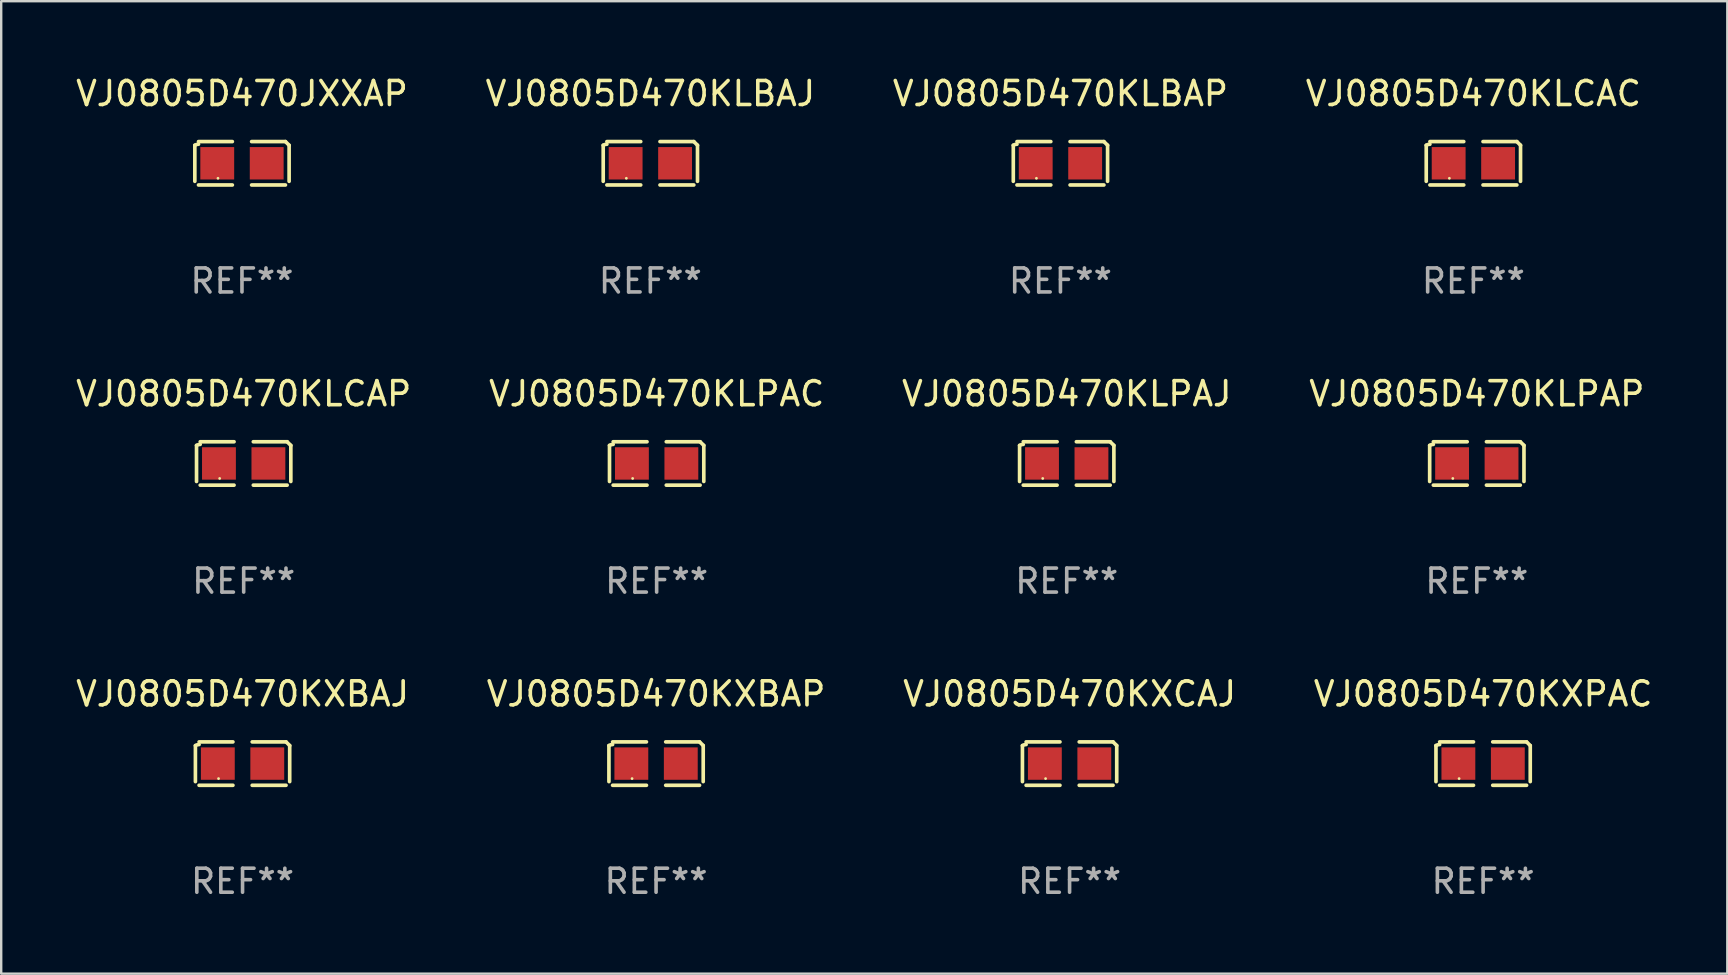
<source format=kicad_pcb>
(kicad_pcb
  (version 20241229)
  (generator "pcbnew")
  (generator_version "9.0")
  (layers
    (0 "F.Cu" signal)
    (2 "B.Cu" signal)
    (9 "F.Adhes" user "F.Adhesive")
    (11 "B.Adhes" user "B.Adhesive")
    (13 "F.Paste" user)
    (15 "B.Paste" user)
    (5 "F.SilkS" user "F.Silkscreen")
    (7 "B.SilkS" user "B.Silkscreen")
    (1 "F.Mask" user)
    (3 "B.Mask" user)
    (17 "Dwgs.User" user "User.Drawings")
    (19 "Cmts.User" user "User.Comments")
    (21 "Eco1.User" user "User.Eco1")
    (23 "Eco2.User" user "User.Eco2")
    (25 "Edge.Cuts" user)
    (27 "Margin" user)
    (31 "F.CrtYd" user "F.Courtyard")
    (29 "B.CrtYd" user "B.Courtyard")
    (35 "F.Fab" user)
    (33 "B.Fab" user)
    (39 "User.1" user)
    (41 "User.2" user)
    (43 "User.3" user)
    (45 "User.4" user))
  (footprint "VJ0805D470KLCAC"
    (layer "F.Cu")
    (at 58.327 3.752)
    (property "Reference" "VJ0805D470KLCAC" (at 0 -2.904 0) (layer "F.SilkS") (effects (font (size 1 1) (thickness 0.15))))
    (attr through_hole)
    (fp_line (start -1.964 0.751) (end -1.964 -0.751) (stroke (width 0.152) (type solid)) (layer "F.SilkS"))
    (fp_line (start -1.811 -0.904) (end -0.401 -0.904) (stroke (width 0.152) (type solid)) (layer "F.SilkS"))
    (fp_line (start -0.401 0.904) (end -1.811 0.904) (stroke (width 0.152) (type solid)) (layer "F.SilkS"))
    (fp_line (start 0.401 0.904) (end 1.811 0.904) (stroke (width 0.152) (type solid)) (layer "F.SilkS"))
    (fp_line (start 1.811 -0.904) (end 0.401 -0.904) (stroke (width 0.152) (type solid)) (layer "F.SilkS"))
    (fp_line (start 1.964 0.751) (end 1.964 -0.751) (stroke (width 0.152) (type solid)) (layer "F.SilkS"))
    (fp_arc (start -1.963602 -0.751207) (mid -1.890354 -0.783131) (end -1.811201 -0.794044) (stroke (width 0.1524) (type solid)) (layer "F.SilkS"))
    (fp_arc (start 1.811202 -0.903607) (mid 1.887413 -0.827418) (end 1.963602 -0.751207) (stroke (width 0.1524) (type solid)) (layer "F.SilkS"))
    (fp_circle (center -1 0.625) (end -0.97 0.625) (stroke (width 0.06) (type solid)) (fill no) (layer "F.SilkS"))
    (fp_text user "REF**" (at 0 4.904 0) (layer "F.Fab") (effects (font (size 1 1) (thickness 0.15))))
    (pad "1" smd rect (at -1.03 0) (size 1.41 1.35) (layers "F.Cu" "F.Mask" "F.Paste"))
    (pad "2" smd rect (at 1.03 0) (size 1.41 1.35) (layers "F.Cu" "F.Mask" "F.Paste")))
  (footprint "VJ0805D470KLPAJ"
    (layer "F.Cu")
    (at 41.387 16.256)
    (property "Reference" "VJ0805D470KLPAJ" (at 0 -2.904 0) (layer "F.SilkS") (effects (font (size 1 1) (thickness 0.15))))
    (attr through_hole)
    (fp_line (start -1.964 0.751) (end -1.964 -0.751) (stroke (width 0.152) (type solid)) (layer "F.SilkS"))
    (fp_line (start -1.811 -0.904) (end -0.401 -0.904) (stroke (width 0.152) (type solid)) (layer "F.SilkS"))
    (fp_line (start -0.401 0.904) (end -1.811 0.904) (stroke (width 0.152) (type solid)) (layer "F.SilkS"))
    (fp_line (start 0.401 0.904) (end 1.811 0.904) (stroke (width 0.152) (type solid)) (layer "F.SilkS"))
    (fp_line (start 1.811 -0.904) (end 0.401 -0.904) (stroke (width 0.152) (type solid)) (layer "F.SilkS"))
    (fp_line (start 1.964 0.751) (end 1.964 -0.751) (stroke (width 0.152) (type solid)) (layer "F.SilkS"))
    (fp_arc (start -1.963602 -0.751207) (mid -1.890354 -0.783131) (end -1.811201 -0.794044) (stroke (width 0.1524) (type solid)) (layer "F.SilkS"))
    (fp_arc (start 1.811202 -0.903607) (mid 1.887413 -0.827418) (end 1.963602 -0.751207) (stroke (width 0.1524) (type solid)) (layer "F.SilkS"))
    (fp_circle (center -1 0.625) (end -0.97 0.625) (stroke (width 0.06) (type solid)) (fill no) (layer "F.SilkS"))
    (fp_text user "REF**" (at 0 4.904 0) (layer "F.Fab") (effects (font (size 1 1) (thickness 0.15))))
    (pad "1" smd rect (at -1.03 0) (size 1.41 1.35) (layers "F.Cu" "F.Mask" "F.Paste"))
    (pad "2" smd rect (at 1.03 0) (size 1.41 1.35) (layers "F.Cu" "F.Mask" "F.Paste")))
  (footprint "VJ0805D470KLPAP"
    (layer "F.Cu")
    (at 58.47 16.256)
    (property "Reference" "VJ0805D470KLPAP" (at 0 -2.904 0) (layer "F.SilkS") (effects (font (size 1 1) (thickness 0.15))))
    (attr through_hole)
    (fp_line (start -1.964 0.751) (end -1.964 -0.751) (stroke (width 0.152) (type solid)) (layer "F.SilkS"))
    (fp_line (start -1.811 -0.904) (end -0.401 -0.904) (stroke (width 0.152) (type solid)) (layer "F.SilkS"))
    (fp_line (start -0.401 0.904) (end -1.811 0.904) (stroke (width 0.152) (type solid)) (layer "F.SilkS"))
    (fp_line (start 0.401 0.904) (end 1.811 0.904) (stroke (width 0.152) (type solid)) (layer "F.SilkS"))
    (fp_line (start 1.811 -0.904) (end 0.401 -0.904) (stroke (width 0.152) (type solid)) (layer "F.SilkS"))
    (fp_line (start 1.964 0.751) (end 1.964 -0.751) (stroke (width 0.152) (type solid)) (layer "F.SilkS"))
    (fp_arc (start -1.963602 -0.751207) (mid -1.890354 -0.783131) (end -1.811201 -0.794044) (stroke (width 0.1524) (type solid)) (layer "F.SilkS"))
    (fp_arc (start 1.811202 -0.903607) (mid 1.887413 -0.827418) (end 1.963602 -0.751207) (stroke (width 0.1524) (type solid)) (layer "F.SilkS"))
    (fp_circle (center -1 0.625) (end -0.97 0.625) (stroke (width 0.06) (type solid)) (fill no) (layer "F.SilkS"))
    (fp_text user "REF**" (at 0 4.904 0) (layer "F.Fab") (effects (font (size 1 1) (thickness 0.15))))
    (pad "1" smd rect (at -1.03 0) (size 1.41 1.35) (layers "F.Cu" "F.Mask" "F.Paste"))
    (pad "2" smd rect (at 1.03 0) (size 1.41 1.35) (layers "F.Cu" "F.Mask" "F.Paste")))
  (footprint "VJ0805D470JXXAP"
    (layer "F.Cu")
    (at 7.03 3.752)
    (property "Reference" "VJ0805D470JXXAP" (at 0 -2.904 0) (layer "F.SilkS") (effects (font (size 1 1) (thickness 0.15))))
    (attr through_hole)
    (fp_line (start -1.964 0.751) (end -1.964 -0.751) (stroke (width 0.152) (type solid)) (layer "F.SilkS"))
    (fp_line (start -1.811 -0.904) (end -0.401 -0.904) (stroke (width 0.152) (type solid)) (layer "F.SilkS"))
    (fp_line (start -0.401 0.904) (end -1.811 0.904) (stroke (width 0.152) (type solid)) (layer "F.SilkS"))
    (fp_line (start 0.401 0.904) (end 1.811 0.904) (stroke (width 0.152) (type solid)) (layer "F.SilkS"))
    (fp_line (start 1.811 -0.904) (end 0.401 -0.904) (stroke (width 0.152) (type solid)) (layer "F.SilkS"))
    (fp_line (start 1.964 0.751) (end 1.964 -0.751) (stroke (width 0.152) (type solid)) (layer "F.SilkS"))
    (fp_arc (start -1.963602 -0.751207) (mid -1.890354 -0.783131) (end -1.811201 -0.794044) (stroke (width 0.1524) (type solid)) (layer "F.SilkS"))
    (fp_arc (start 1.811202 -0.903607) (mid 1.887413 -0.827418) (end 1.963602 -0.751207) (stroke (width 0.1524) (type solid)) (layer "F.SilkS"))
    (fp_circle (center -1 0.625) (end -0.97 0.625) (stroke (width 0.06) (type solid)) (fill no) (layer "F.SilkS"))
    (fp_text user "REF**" (at 0 4.904 0) (layer "F.Fab") (effects (font (size 1 1) (thickness 0.15))))
    (pad "1" smd rect (at -1.03 0) (size 1.41 1.35) (layers "F.Cu" "F.Mask" "F.Paste"))
    (pad "2" smd rect (at 1.03 0) (size 1.41 1.35) (layers "F.Cu" "F.Mask" "F.Paste")))
  (footprint "VJ0805D470KXCAJ"
    (layer "F.Cu")
    (at 41.506 28.759)
    (property "Reference" "VJ0805D470KXCAJ" (at 0 -2.904 0) (layer "F.SilkS") (effects (font (size 1 1) (thickness 0.15))))
    (attr through_hole)
    (fp_line (start -1.964 0.751) (end -1.964 -0.751) (stroke (width 0.152) (type solid)) (layer "F.SilkS"))
    (fp_line (start -1.811 -0.904) (end -0.401 -0.904) (stroke (width 0.152) (type solid)) (layer "F.SilkS"))
    (fp_line (start -0.401 0.904) (end -1.811 0.904) (stroke (width 0.152) (type solid)) (layer "F.SilkS"))
    (fp_line (start 0.401 0.904) (end 1.811 0.904) (stroke (width 0.152) (type solid)) (layer "F.SilkS"))
    (fp_line (start 1.811 -0.904) (end 0.401 -0.904) (stroke (width 0.152) (type solid)) (layer "F.SilkS"))
    (fp_line (start 1.964 0.751) (end 1.964 -0.751) (stroke (width 0.152) (type solid)) (layer "F.SilkS"))
    (fp_arc (start -1.963602 -0.751207) (mid -1.890354 -0.783131) (end -1.811201 -0.794044) (stroke (width 0.1524) (type solid)) (layer "F.SilkS"))
    (fp_arc (start 1.811202 -0.903607) (mid 1.887413 -0.827418) (end 1.963602 -0.751207) (stroke (width 0.1524) (type solid)) (layer "F.SilkS"))
    (fp_circle (center -1 0.625) (end -0.97 0.625) (stroke (width 0.06) (type solid)) (fill no) (layer "F.SilkS"))
    (fp_text user "REF**" (at 0 4.904 0) (layer "F.Fab") (effects (font (size 1 1) (thickness 0.15))))
    (pad "1" smd rect (at -1.03 0) (size 1.41 1.35) (layers "F.Cu" "F.Mask" "F.Paste"))
    (pad "2" smd rect (at 1.03 0) (size 1.41 1.35) (layers "F.Cu" "F.Mask" "F.Paste")))
  (footprint "VJ0805D470KLPAC"
    (layer "F.Cu")
    (at 24.304 16.256)
    (property "Reference" "VJ0805D470KLPAC" (at 0 -2.904 0) (layer "F.SilkS") (effects (font (size 1 1) (thickness 0.15))))
    (attr through_hole)
    (fp_line (start -1.964 0.751) (end -1.964 -0.751) (stroke (width 0.152) (type solid)) (layer "F.SilkS"))
    (fp_line (start -1.811 -0.904) (end -0.401 -0.904) (stroke (width 0.152) (type solid)) (layer "F.SilkS"))
    (fp_line (start -0.401 0.904) (end -1.811 0.904) (stroke (width 0.152) (type solid)) (layer "F.SilkS"))
    (fp_line (start 0.401 0.904) (end 1.811 0.904) (stroke (width 0.152) (type solid)) (layer "F.SilkS"))
    (fp_line (start 1.811 -0.904) (end 0.401 -0.904) (stroke (width 0.152) (type solid)) (layer "F.SilkS"))
    (fp_line (start 1.964 0.751) (end 1.964 -0.751) (stroke (width 0.152) (type solid)) (layer "F.SilkS"))
    (fp_arc (start -1.963602 -0.751207) (mid -1.890354 -0.783131) (end -1.811201 -0.794044) (stroke (width 0.1524) (type solid)) (layer "F.SilkS"))
    (fp_arc (start 1.811202 -0.903607) (mid 1.887413 -0.827418) (end 1.963602 -0.751207) (stroke (width 0.1524) (type solid)) (layer "F.SilkS"))
    (fp_circle (center -1 0.625) (end -0.97 0.625) (stroke (width 0.06) (type solid)) (fill no) (layer "F.SilkS"))
    (fp_text user "REF**" (at 0 4.904 0) (layer "F.Fab") (effects (font (size 1 1) (thickness 0.15))))
    (pad "1" smd rect (at -1.03 0) (size 1.41 1.35) (layers "F.Cu" "F.Mask" "F.Paste"))
    (pad "2" smd rect (at 1.03 0) (size 1.41 1.35) (layers "F.Cu" "F.Mask" "F.Paste")))
  (footprint "VJ0805D470KXBAP"
    (layer "F.Cu")
    (at 24.28 28.759)
    (property "Reference" "VJ0805D470KXBAP" (at 0 -2.904 0) (layer "F.SilkS") (effects (font (size 1 1) (thickness 0.15))))
    (attr through_hole)
    (fp_line (start -1.964 0.751) (end -1.964 -0.751) (stroke (width 0.152) (type solid)) (layer "F.SilkS"))
    (fp_line (start -1.811 -0.904) (end -0.401 -0.904) (stroke (width 0.152) (type solid)) (layer "F.SilkS"))
    (fp_line (start -0.401 0.904) (end -1.811 0.904) (stroke (width 0.152) (type solid)) (layer "F.SilkS"))
    (fp_line (start 0.401 0.904) (end 1.811 0.904) (stroke (width 0.152) (type solid)) (layer "F.SilkS"))
    (fp_line (start 1.811 -0.904) (end 0.401 -0.904) (stroke (width 0.152) (type solid)) (layer "F.SilkS"))
    (fp_line (start 1.964 0.751) (end 1.964 -0.751) (stroke (width 0.152) (type solid)) (layer "F.SilkS"))
    (fp_arc (start -1.963602 -0.751207) (mid -1.890354 -0.783131) (end -1.811201 -0.794044) (stroke (width 0.1524) (type solid)) (layer "F.SilkS"))
    (fp_arc (start 1.811202 -0.903607) (mid 1.887413 -0.827418) (end 1.963602 -0.751207) (stroke (width 0.1524) (type solid)) (layer "F.SilkS"))
    (fp_circle (center -1 0.625) (end -0.97 0.625) (stroke (width 0.06) (type solid)) (fill no) (layer "F.SilkS"))
    (fp_text user "REF**" (at 0 4.904 0) (layer "F.Fab") (effects (font (size 1 1) (thickness 0.15))))
    (pad "1" smd rect (at -1.03 0) (size 1.41 1.35) (layers "F.Cu" "F.Mask" "F.Paste"))
    (pad "2" smd rect (at 1.03 0) (size 1.41 1.35) (layers "F.Cu" "F.Mask" "F.Paste")))
  (footprint "VJ0805D470KLBAP"
    (layer "F.Cu")
    (at 41.125 3.752)
    (property "Reference" "VJ0805D470KLBAP" (at 0 -2.904 0) (layer "F.SilkS") (effects (font (size 1 1) (thickness 0.15))))
    (attr through_hole)
    (fp_line (start -1.964 0.751) (end -1.964 -0.751) (stroke (width 0.152) (type solid)) (layer "F.SilkS"))
    (fp_line (start -1.811 -0.904) (end -0.401 -0.904) (stroke (width 0.152) (type solid)) (layer "F.SilkS"))
    (fp_line (start -0.401 0.904) (end -1.811 0.904) (stroke (width 0.152) (type solid)) (layer "F.SilkS"))
    (fp_line (start 0.401 0.904) (end 1.811 0.904) (stroke (width 0.152) (type solid)) (layer "F.SilkS"))
    (fp_line (start 1.811 -0.904) (end 0.401 -0.904) (stroke (width 0.152) (type solid)) (layer "F.SilkS"))
    (fp_line (start 1.964 0.751) (end 1.964 -0.751) (stroke (width 0.152) (type solid)) (layer "F.SilkS"))
    (fp_arc (start -1.963602 -0.751207) (mid -1.890354 -0.783131) (end -1.811201 -0.794044) (stroke (width 0.1524) (type solid)) (layer "F.SilkS"))
    (fp_arc (start 1.811202 -0.903607) (mid 1.887413 -0.827418) (end 1.963602 -0.751207) (stroke (width 0.1524) (type solid)) (layer "F.SilkS"))
    (fp_circle (center -1 0.625) (end -0.97 0.625) (stroke (width 0.06) (type solid)) (fill no) (layer "F.SilkS"))
    (fp_text user "REF**" (at 0 4.904 0) (layer "F.Fab") (effects (font (size 1 1) (thickness 0.15))))
    (pad "1" smd rect (at -1.03 0) (size 1.41 1.35) (layers "F.Cu" "F.Mask" "F.Paste"))
    (pad "2" smd rect (at 1.03 0) (size 1.41 1.35) (layers "F.Cu" "F.Mask" "F.Paste")))
  (footprint "VJ0805D470KXBAJ"
    (layer "F.Cu")
    (at 7.054 28.759)
    (property "Reference" "VJ0805D470KXBAJ" (at 0 -2.904 0) (layer "F.SilkS") (effects (font (size 1 1) (thickness 0.15))))
    (attr through_hole)
    (fp_line (start -1.964 0.751) (end -1.964 -0.751) (stroke (width 0.152) (type solid)) (layer "F.SilkS"))
    (fp_line (start -1.811 -0.904) (end -0.401 -0.904) (stroke (width 0.152) (type solid)) (layer "F.SilkS"))
    (fp_line (start -0.401 0.904) (end -1.811 0.904) (stroke (width 0.152) (type solid)) (layer "F.SilkS"))
    (fp_line (start 0.401 0.904) (end 1.811 0.904) (stroke (width 0.152) (type solid)) (layer "F.SilkS"))
    (fp_line (start 1.811 -0.904) (end 0.401 -0.904) (stroke (width 0.152) (type solid)) (layer "F.SilkS"))
    (fp_line (start 1.964 0.751) (end 1.964 -0.751) (stroke (width 0.152) (type solid)) (layer "F.SilkS"))
    (fp_arc (start -1.963602 -0.751207) (mid -1.890354 -0.783131) (end -1.811201 -0.794044) (stroke (width 0.1524) (type solid)) (layer "F.SilkS"))
    (fp_arc (start 1.811202 -0.903607) (mid 1.887413 -0.827418) (end 1.963602 -0.751207) (stroke (width 0.1524) (type solid)) (layer "F.SilkS"))
    (fp_circle (center -1 0.625) (end -0.97 0.625) (stroke (width 0.06) (type solid)) (fill no) (layer "F.SilkS"))
    (fp_text user "REF**" (at 0 4.904 0) (layer "F.Fab") (effects (font (size 1 1) (thickness 0.15))))
    (pad "1" smd rect (at -1.03 0) (size 1.41 1.35) (layers "F.Cu" "F.Mask" "F.Paste"))
    (pad "2" smd rect (at 1.03 0) (size 1.41 1.35) (layers "F.Cu" "F.Mask" "F.Paste")))
  (footprint "VJ0805D470KXPAC"
    (layer "F.Cu")
    (at 58.732 28.759)
    (property "Reference" "VJ0805D470KXPAC" (at 0 -2.904 0) (layer "F.SilkS") (effects (font (size 1 1) (thickness 0.15))))
    (attr through_hole)
    (fp_line (start -1.964 0.751) (end -1.964 -0.751) (stroke (width 0.152) (type solid)) (layer "F.SilkS"))
    (fp_line (start -1.811 -0.904) (end -0.401 -0.904) (stroke (width 0.152) (type solid)) (layer "F.SilkS"))
    (fp_line (start -0.401 0.904) (end -1.811 0.904) (stroke (width 0.152) (type solid)) (layer "F.SilkS"))
    (fp_line (start 0.401 0.904) (end 1.811 0.904) (stroke (width 0.152) (type solid)) (layer "F.SilkS"))
    (fp_line (start 1.811 -0.904) (end 0.401 -0.904) (stroke (width 0.152) (type solid)) (layer "F.SilkS"))
    (fp_line (start 1.964 0.751) (end 1.964 -0.751) (stroke (width 0.152) (type solid)) (layer "F.SilkS"))
    (fp_arc (start -1.963602 -0.751207) (mid -1.890354 -0.783131) (end -1.811201 -0.794044) (stroke (width 0.1524) (type solid)) (layer "F.SilkS"))
    (fp_arc (start 1.811202 -0.903607) (mid 1.887413 -0.827418) (end 1.963602 -0.751207) (stroke (width 0.1524) (type solid)) (layer "F.SilkS"))
    (fp_circle (center -1 0.625) (end -0.97 0.625) (stroke (width 0.06) (type solid)) (fill no) (layer "F.SilkS"))
    (fp_text user "REF**" (at 0 4.904 0) (layer "F.Fab") (effects (font (size 1 1) (thickness 0.15))))
    (pad "1" smd rect (at -1.03 0) (size 1.41 1.35) (layers "F.Cu" "F.Mask" "F.Paste"))
    (pad "2" smd rect (at 1.03 0) (size 1.41 1.35) (layers "F.Cu" "F.Mask" "F.Paste")))
  (footprint "VJ0805D470KLCAP"
    (layer "F.Cu")
    (at 7.101 16.256)
    (property "Reference" "VJ0805D470KLCAP" (at 0 -2.904 0) (layer "F.SilkS") (effects (font (size 1 1) (thickness 0.15))))
    (attr through_hole)
    (fp_line (start -1.964 0.751) (end -1.964 -0.751) (stroke (width 0.152) (type solid)) (layer "F.SilkS"))
    (fp_line (start -1.811 -0.904) (end -0.401 -0.904) (stroke (width 0.152) (type solid)) (layer "F.SilkS"))
    (fp_line (start -0.401 0.904) (end -1.811 0.904) (stroke (width 0.152) (type solid)) (layer "F.SilkS"))
    (fp_line (start 0.401 0.904) (end 1.811 0.904) (stroke (width 0.152) (type solid)) (layer "F.SilkS"))
    (fp_line (start 1.811 -0.904) (end 0.401 -0.904) (stroke (width 0.152) (type solid)) (layer "F.SilkS"))
    (fp_line (start 1.964 0.751) (end 1.964 -0.751) (stroke (width 0.152) (type solid)) (layer "F.SilkS"))
    (fp_arc (start -1.963602 -0.751207) (mid -1.890354 -0.783131) (end -1.811201 -0.794044) (stroke (width 0.1524) (type solid)) (layer "F.SilkS"))
    (fp_arc (start 1.811202 -0.903607) (mid 1.887413 -0.827418) (end 1.963602 -0.751207) (stroke (width 0.1524) (type solid)) (layer "F.SilkS"))
    (fp_circle (center -1 0.625) (end -0.97 0.625) (stroke (width 0.06) (type solid)) (fill no) (layer "F.SilkS"))
    (fp_text user "REF**" (at 0 4.904 0) (layer "F.Fab") (effects (font (size 1 1) (thickness 0.15))))
    (pad "1" smd rect (at -1.03 0) (size 1.41 1.35) (layers "F.Cu" "F.Mask" "F.Paste"))
    (pad "2" smd rect (at 1.03 0) (size 1.41 1.35) (layers "F.Cu" "F.Mask" "F.Paste")))
  (footprint "VJ0805D470KLBAJ"
    (layer "F.Cu")
    (at 24.042 3.752)
    (property "Reference" "VJ0805D470KLBAJ" (at 0 -2.904 0) (layer "F.SilkS") (effects (font (size 1 1) (thickness 0.15))))
    (attr through_hole)
    (fp_line (start -1.964 0.751) (end -1.964 -0.751) (stroke (width 0.152) (type solid)) (layer "F.SilkS"))
    (fp_line (start -1.811 -0.904) (end -0.401 -0.904) (stroke (width 0.152) (type solid)) (layer "F.SilkS"))
    (fp_line (start -0.401 0.904) (end -1.811 0.904) (stroke (width 0.152) (type solid)) (layer "F.SilkS"))
    (fp_line (start 0.401 0.904) (end 1.811 0.904) (stroke (width 0.152) (type solid)) (layer "F.SilkS"))
    (fp_line (start 1.811 -0.904) (end 0.401 -0.904) (stroke (width 0.152) (type solid)) (layer "F.SilkS"))
    (fp_line (start 1.964 0.751) (end 1.964 -0.751) (stroke (width 0.152) (type solid)) (layer "F.SilkS"))
    (fp_arc (start -1.963602 -0.751207) (mid -1.890354 -0.783131) (end -1.811201 -0.794044) (stroke (width 0.1524) (type solid)) (layer "F.SilkS"))
    (fp_arc (start 1.811202 -0.903607) (mid 1.887413 -0.827418) (end 1.963602 -0.751207) (stroke (width 0.1524) (type solid)) (layer "F.SilkS"))
    (fp_circle (center -1 0.625) (end -0.97 0.625) (stroke (width 0.06) (type solid)) (fill no) (layer "F.SilkS"))
    (fp_text user "REF**" (at 0 4.904 0) (layer "F.Fab") (effects (font (size 1 1) (thickness 0.15))))
    (pad "1" smd rect (at -1.03 0) (size 1.41 1.35) (layers "F.Cu" "F.Mask" "F.Paste"))
    (pad "2" smd rect (at 1.03 0) (size 1.41 1.35) (layers "F.Cu" "F.Mask" "F.Paste")))
  (gr_rect
    (start -3 -3)
    (end 68.905 37.511)
    (stroke (width 0.1) (type default))
    (fill no)
    (layer "Edge.Cuts")))
</source>
